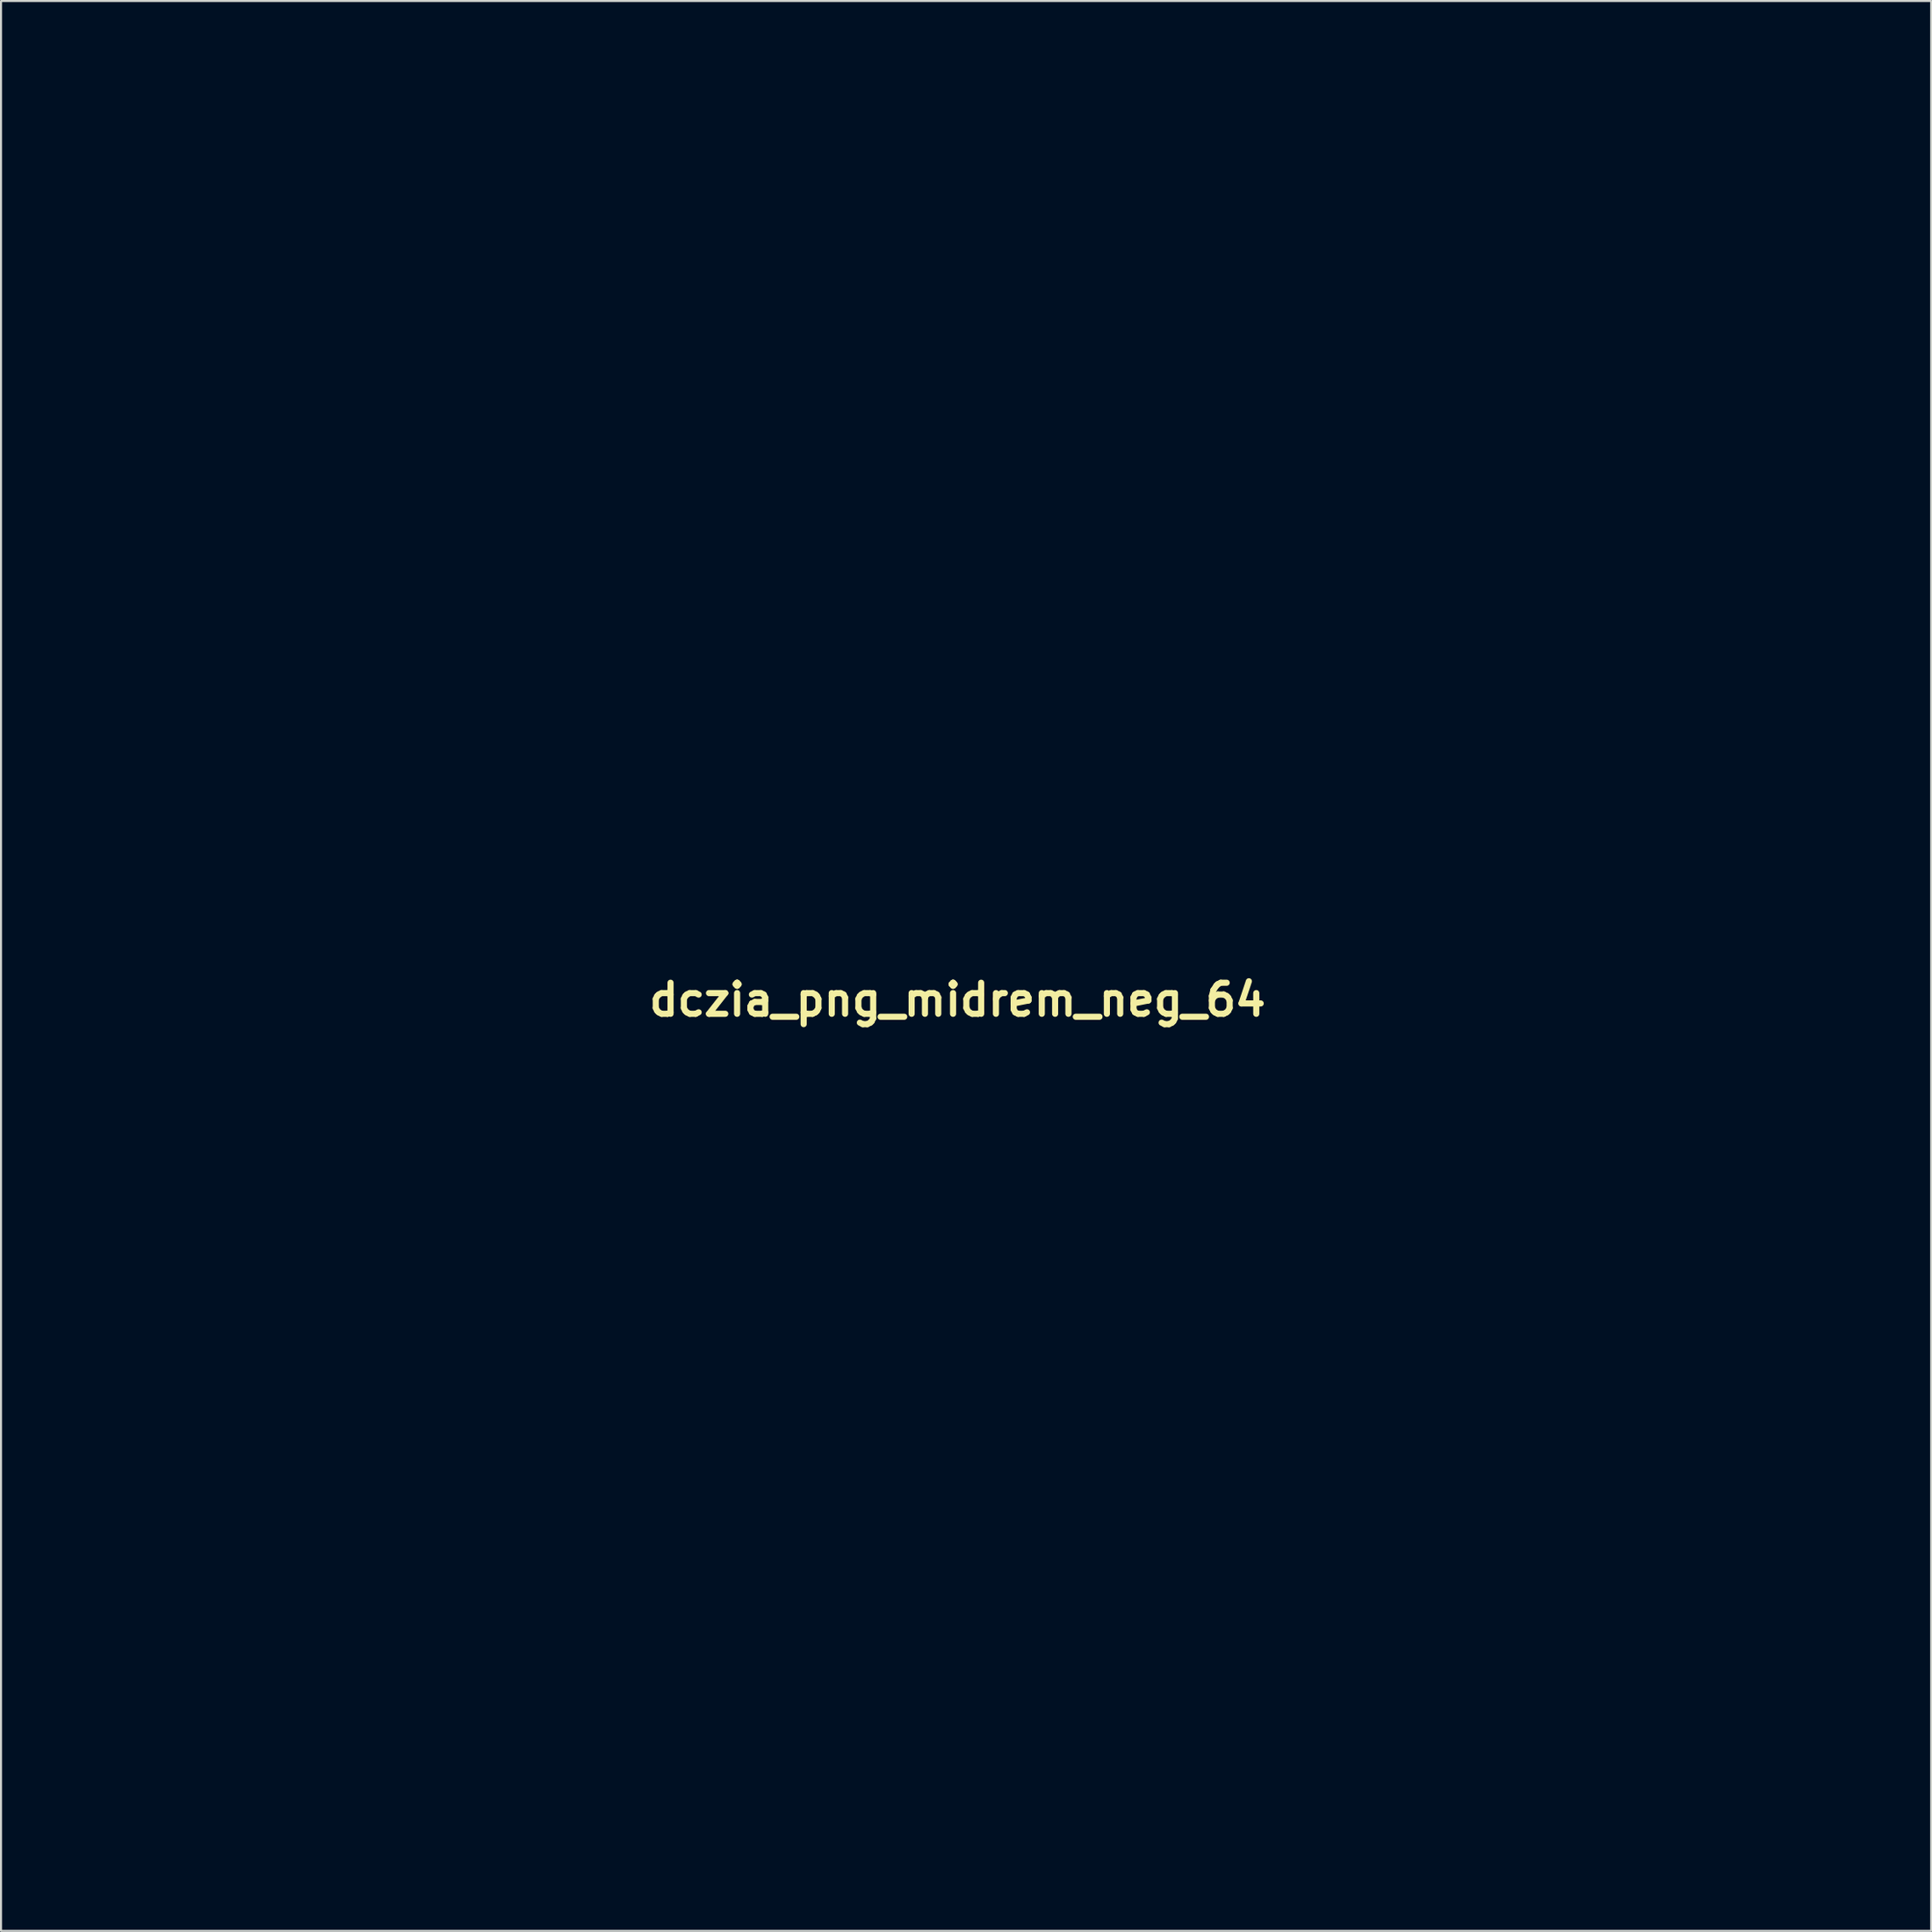
<source format=kicad_pcb>
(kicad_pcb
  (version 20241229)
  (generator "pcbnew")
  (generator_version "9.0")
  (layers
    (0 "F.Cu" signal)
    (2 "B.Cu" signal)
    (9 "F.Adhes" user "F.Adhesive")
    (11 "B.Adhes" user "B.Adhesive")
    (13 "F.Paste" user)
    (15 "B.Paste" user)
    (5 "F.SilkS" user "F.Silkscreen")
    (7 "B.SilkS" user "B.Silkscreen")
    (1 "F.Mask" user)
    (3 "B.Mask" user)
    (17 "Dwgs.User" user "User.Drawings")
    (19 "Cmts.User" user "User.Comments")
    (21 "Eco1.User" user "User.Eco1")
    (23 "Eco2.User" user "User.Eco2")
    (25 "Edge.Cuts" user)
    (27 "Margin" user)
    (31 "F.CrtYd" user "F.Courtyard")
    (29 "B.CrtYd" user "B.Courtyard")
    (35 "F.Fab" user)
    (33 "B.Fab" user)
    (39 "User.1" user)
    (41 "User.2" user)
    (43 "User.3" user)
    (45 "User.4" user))
  (footprint "dczia_png_midrem_neg_64"
    (layer "F.Cu")
    (at 43.929 46.002)
    (property "Reference" "dczia_png_midrem_neg_64" (at 0 0 0) (layer "F.SilkS") (effects (font (size 1.524 1.524) (thickness 0.3))))
    (attr through_hole)
    (fp_poly (pts (xy -10.1 -8.65) (xy -10.15 -8.6) (xy -10.2 -8.65) (xy -10.15 -8.7) (xy -10.1 -8.65)) (stroke (width 0.01) (type solid)) (fill no) (layer "Eco1.User"))
    (fp_poly (pts (xy 7.216 -12.731) (xy 7.3 -12.65) (xy 7.388 -12.523) (xy 7.33 -12.532) (xy 7.156 -12.653) (xy 7.047 -12.762) (xy 7.069 -12.8) (xy 7.216 -12.731)) (stroke (width 0.01) (type solid)) (fill no) (layer "Eco1.User"))
    (fp_poly (pts (xy 10.385 -9.66) (xy 10.491 -9.567) (xy 10.5 -9.544) (xy 10.453 -9.503) (xy 10.354 -9.595) (xy 10.34 -9.615) (xy 10.329 -9.684) (xy 10.385 -9.66)) (stroke (width 0.01) (type solid)) (fill no) (layer "Eco1.User"))
    (fp_poly (pts (xy -9.931 -8.935) (xy -9.95 -8.9) (xy -10.044 -8.805) (xy -10.062 -8.8) (xy -10.069 -8.865) (xy -10.05 -8.9) (xy -9.956 -8.996) (xy -9.938 -9) (xy -9.931 -8.935)) (stroke (width 0.01) (type solid)) (fill no) (layer "Eco1.User"))
    (fp_poly (pts (xy -9.631 -9.347) (xy -9.687 -9.275) (xy -9.833 -9.12) (xy -9.898 -9.12) (xy -9.9 -9.138) (xy -9.832 -9.221) (xy -9.725 -9.313) (xy -9.607 -9.399) (xy -9.631 -9.347)) (stroke (width 0.01) (type solid)) (fill no) (layer "Eco1.User"))
    (fp_poly (pts (xy -9.331 -9.747) (xy -9.387 -9.675) (xy -9.533 -9.52) (xy -9.598 -9.52) (xy -9.6 -9.538) (xy -9.532 -9.621) (xy -9.425 -9.713) (xy -9.307 -9.799) (xy -9.331 -9.747)) (stroke (width 0.01) (type solid)) (fill no) (layer "Eco1.User"))
    (fp_poly (pts (xy 9.853 -10.269) (xy 9.925 -10.213) (xy 10.08 -10.067) (xy 10.08 -10.002) (xy 10.062 -10) (xy 9.979 -10.068) (xy 9.887 -10.175) (xy 9.801 -10.293) (xy 9.853 -10.269)) (stroke (width 0.01) (type solid)) (fill no) (layer "Eco1.User"))
    (fp_poly (pts (xy -2.421 -45.982) (xy -2.127 -45.818) (xy -2.093 -45.782) (xy -1.945 -45.631) (xy -1.853 -45.627) (xy -1.777 -45.718) (xy -1.682 -45.821) (xy -1.571 -45.81) (xy -1.384 -45.689) (xy -1.134 -45.468) (xy -0.896 -45.195) (xy -0.879 -45.171) (xy -0.65 -44.85) (xy -0.55 -17.15) (xy 1.317 -17.15) (xy 1.334 -30.75) (xy 1.336 -32.673) (xy 1.338 -34.406) (xy 1.341 -35.959) (xy 1.344 -37.343) (xy 1.347 -38.569) (xy 1.351 -39.645) (xy 1.355 -40.583) (xy 1.361 -41.393) (xy 1.367 -42.085) (xy 1.375 -42.67) (xy 1.384 -43.157) (xy 1.395 -43.557) (xy 1.407 -43.88) (xy 1.422 -44.137) (xy 1.438 -44.337) (xy 1.456 -44.491) (xy 1.477 -44.61) (xy 1.501 -44.703) (xy 1.527 -44.78) (xy 1.55 -44.839) (xy 1.845 -45.341) (xy 2.253 -45.719) (xy 2.734 -45.94) (xy 2.901 -45.973) (xy 3.189 -45.993) (xy 3.366 -45.939) (xy 3.509 -45.79) (xy 3.658 -45.631) (xy 3.791 -45.621) (xy 3.898 -45.677) (xy 4.115 -45.748) (xy 4.333 -45.671) (xy 4.577 -45.432) (xy 4.757 -45.19) (xy 5.05 -44.767) (xy 5.15 -16.355) (xy 5.45 -16.266) (xy 5.707 -16.179) (xy 6.06 -16.049) (xy 6.338 -15.94) (xy 6.656 -15.825) (xy 6.902 -15.76) (xy 7.013 -15.758) (xy 7.025 -15.863) (xy 7.036 -16.157) (xy 7.047 -16.625) (xy 7.057 -17.256) (xy 7.067 -18.038) (xy 7.075 -18.958) (xy 7.082 -20.003) (xy 7.089 -21.162) (xy 7.094 -22.421) (xy 7.097 -23.769) (xy 7.099 -25.193) (xy 7.1 -26.515) (xy 7.1 -37.217) (xy 7.416 -37.658) (xy 7.64 -37.939) (xy 7.859 -38.167) (xy 7.955 -38.244) (xy 8.152 -38.331) (xy 8.429 -38.407) (xy 8.729 -38.462) (xy 8.993 -38.487) (xy 9.162 -38.473) (xy 9.193 -38.438) (xy 9.184 -38.221) (xy 9.289 -38.131) (xy 9.541 -38.14) (xy 9.586 -38.148) (xy 9.831 -38.174) (xy 9.998 -38.125) (xy 10.163 -37.964) (xy 10.268 -37.832) (xy 10.467 -37.498) (xy 10.633 -37.094) (xy 10.682 -36.917) (xy 10.701 -36.772) (xy 10.719 -36.516) (xy 10.734 -36.141) (xy 10.748 -35.641) (xy 10.76 -35.008) (xy 10.77 -34.233) (xy 10.779 -33.31) (xy 10.786 -32.23) (xy 10.791 -30.987) (xy 10.796 -29.571) (xy 10.798 -27.977) (xy 10.8 -26.195) (xy 10.8 -24.803) (xy 10.8 -23.036) (xy 10.8 -21.457) (xy 10.801 -20.057) (xy 10.803 -18.824) (xy 10.805 -17.747) (xy 10.808 -16.815) (xy 10.813 -16.018) (xy 10.819 -15.344) (xy 10.826 -14.783) (xy 10.835 -14.323) (xy 10.846 -13.954) (xy 10.859 -13.664) (xy 10.874 -13.444) (xy 10.891 -13.281) (xy 10.911 -13.165) (xy 10.934 -13.085) (xy 10.96 -13.03) (xy 10.988 -12.99) (xy 11.177 -12.757) (xy 10.677 -12.182) (xy 10.332 -11.794) (xy 10.079 -11.548) (xy 9.881 -11.433) (xy 9.701 -11.439) (xy 9.501 -11.555) (xy 9.249 -11.769) (xy 8.582 -12.301) (xy 7.765 -12.854) (xy 6.845 -13.398) (xy 6.45 -13.611) (xy 4.991 -14.267) (xy 3.49 -14.731) (xy 1.962 -15.005) (xy 0.418 -15.091) (xy -1.127 -14.989) (xy -2.66 -14.701) (xy -4.169 -14.228) (xy -5.641 -13.572) (xy -7.061 -12.734) (xy -7.786 -12.218) (xy -8.521 -11.662) (xy -10 -13.175) (xy -9.999 -24.862) (xy -9.999 -26.703) (xy -9.999 -28.354) (xy -9.998 -29.827) (xy -9.996 -31.132) (xy -9.992 -32.28) (xy -9.986 -33.282) (xy -9.977 -34.148) (xy -9.965 -34.89) (xy -9.948 -35.518) (xy -9.927 -36.042) (xy -9.901 -36.475) (xy -9.869 -36.825) (xy -9.831 -37.105) (xy -9.785 -37.325) (xy -9.733 -37.495) (xy -9.672 -37.627) (xy -9.603 -37.731) (xy -9.525 -37.818) (xy -9.437 -37.899) (xy -9.338 -37.984) (xy -9.306 -38.012) (xy -8.959 -38.266) (xy -8.601 -38.431) (xy -8.274 -38.501) (xy -8.019 -38.467) (xy -7.877 -38.32) (xy -7.871 -38.3) (xy -7.761 -38.159) (xy -7.582 -38.096) (xy -7.424 -38.132) (xy -7.383 -38.188) (xy -7.28 -38.243) (xy -7.097 -38.169) (xy -6.879 -37.994) (xy -6.67 -37.747) (xy -6.65 -37.718) (xy -6.578 -37.6) (xy -6.514 -37.467) (xy -6.458 -37.309) (xy -6.408 -37.113) (xy -6.365 -36.869) (xy -6.328 -36.564) (xy -6.297 -36.187) (xy -6.272 -35.727) (xy -6.251 -35.173) (xy -6.235 -34.511) (xy -6.223 -33.733) (xy -6.215 -32.825) (xy -6.21 -31.776) (xy -6.207 -30.575) (xy -6.208 -29.21) (xy -6.21 -27.671) (xy -6.214 -25.944) (xy -6.215 -25.648) (xy -6.218 -24.264) (xy -6.219 -22.936) (xy -6.219 -21.677) (xy -6.218 -20.501) (xy -6.215 -19.423) (xy -6.211 -18.456) (xy -6.206 -17.613) (xy -6.199 -16.909) (xy -6.192 -16.356) (xy -6.184 -15.97) (xy -6.174 -15.763) (xy -6.169 -15.731) (xy -6.059 -15.695) (xy -5.824 -15.766) (xy -5.524 -15.906) (xy -5.201 -16.059) (xy -4.935 -16.165) (xy -4.797 -16.199) (xy -4.603 -16.254) (xy -4.422 -16.356) (xy -4.2 -16.511) (xy -4.2 -44.87) (xy -3.912 -45.268) (xy -3.573 -45.629) (xy -3.185 -45.876) (xy -2.788 -45.997) (xy -2.421 -45.982)) (stroke (width 0.01) (type solid)) (fill no) (layer "Eco1.User"))
    (fp_poly (pts (xy 1.18 -13.235) (xy 1.704 -13.223) (xy 2.115 -13.201) (xy 2.458 -13.163) (xy 2.776 -13.105) (xy 3.113 -13.024) (xy 3.302 -12.973) (xy 4.782 -12.473) (xy 6.151 -11.814) (xy 7.398 -11.002) (xy 8.514 -10.044) (xy 8.624 -9.934) (xy 9.533 -8.925) (xy 10.286 -7.883) (xy 10.916 -6.755) (xy 11.458 -5.488) (xy 11.471 -5.453) (xy 11.606 -5.109) (xy 11.704 -4.89) (xy 11.756 -4.819) (xy 11.756 -4.85) (xy 12.7 -4.85) (xy 12.75 -4.8) (xy 12.8 -4.85) (xy 12.75 -4.9) (xy 12.7 -4.85) (xy 11.756 -4.85) (xy 11.757 -4.875) (xy 11.705 -5.2) (xy 12.144 -5.2) (xy 12.441 -5.173) (xy 12.615 -5.101) (xy 12.634 -5.075) (xy 12.679 -5.029) (xy 12.692 -5.109) (xy 12.665 -5.271) (xy 12.587 -5.569) (xy 12.471 -5.949) (xy 12.415 -6.12) (xy 12.131 -6.972) (xy 12.361 -7.112) (xy 12.591 -7.251) (xy 12.262 -7.904) (xy 11.501 -9.225) (xy 10.767 -10.224) (xy 10.542 -10.505) (xy 10.376 -10.722) (xy 10.301 -10.832) (xy 10.3 -10.836) (xy 10.37 -10.915) (xy 10.557 -11.096) (xy 10.83 -11.349) (xy 11.036 -11.534) (xy 11.38 -11.836) (xy 11.617 -12.023) (xy 11.784 -12.115) (xy 11.922 -12.133) (xy 12.061 -12.102) (xy 12.271 -12.036) (xy 12.459 -11.977) (xy 12.641 -11.926) (xy 12.829 -11.881) (xy 13.035 -11.843) (xy 13.273 -11.81) (xy 13.557 -11.783) (xy 13.898 -11.76) (xy 14.312 -11.742) (xy 14.809 -11.728) (xy 15.404 -11.717) (xy 16.11 -11.709) (xy 16.939 -11.704) (xy 17.905 -11.7) (xy 19.021 -11.698) (xy 20.301 -11.697) (xy 21.756 -11.696) (xy 23.086 -11.696) (xy 24.734 -11.694) (xy 26.271 -11.69) (xy 27.687 -11.684) (xy 28.974 -11.677) (xy 30.121 -11.667) (xy 31.118 -11.656) (xy 31.958 -11.644) (xy 32.63 -11.63) (xy 33.124 -11.614) (xy 33.431 -11.598) (xy 33.5 -11.591) (xy 34.132 -11.507) (xy 34.6 -11.451) (xy 34.94 -11.423) (xy 35.185 -11.423) (xy 35.371 -11.451) (xy 35.531 -11.506) (xy 35.702 -11.589) (xy 35.707 -11.592) (xy 35.968 -11.719) (xy 36.142 -11.755) (xy 36.316 -11.705) (xy 36.467 -11.629) (xy 36.732 -11.444) (xy 36.927 -11.228) (xy 36.943 -11.2) (xy 37.181 -10.604) (xy 37.234 -10.066) (xy 37.096 -9.563) (xy 36.766 -9.069) (xy 36.587 -8.878) (xy 36.11 -8.4) (xy 25.255 -8.4) (xy 23.8 -8.4) (xy 22.402 -8.398) (xy 21.074 -8.396) (xy 19.829 -8.393) (xy 18.68 -8.389) (xy 17.64 -8.385) (xy 16.721 -8.38) (xy 15.937 -8.375) (xy 15.3 -8.369) (xy 14.823 -8.362) (xy 14.519 -8.356) (xy 14.401 -8.349) (xy 14.4 -8.348) (xy 14.435 -8.236) (xy 14.526 -7.992) (xy 14.65 -7.681) (xy 14.779 -7.337) (xy 14.87 -7.048) (xy 14.9 -6.89) (xy 14.967 -6.679) (xy 15.057 -6.557) (xy 15.097 -6.532) (xy 15.172 -6.51) (xy 15.292 -6.49) (xy 15.469 -6.472) (xy 15.713 -6.458) (xy 16.037 -6.445) (xy 16.451 -6.434) (xy 16.966 -6.425) (xy 17.594 -6.418) (xy 18.345 -6.412) (xy 19.231 -6.407) (xy 20.263 -6.404) (xy 21.453 -6.402) (xy 22.81 -6.4) (xy 24.347 -6.399) (xy 25.782 -6.399) (xy 27.486 -6.398) (xy 29.001 -6.397) (xy 30.34 -6.396) (xy 31.513 -6.393) (xy 32.532 -6.389) (xy 33.409 -6.384) (xy 34.155 -6.378) (xy 34.782 -6.37) (xy 35.301 -6.36) (xy 35.723 -6.348) (xy 36.061 -6.334) (xy 36.326 -6.318) (xy 36.529 -6.3) (xy 36.682 -6.279) (xy 36.797 -6.255) (xy 36.85 -6.24) (xy 37.151 -6.172) (xy 37.604 -6.114) (xy 38.222 -6.064) (xy 39.018 -6.022) (xy 39.5 -6.003) (xy 40.161 -5.974) (xy 40.777 -5.938) (xy 41.311 -5.897) (xy 41.727 -5.856) (xy 41.99 -5.816) (xy 42.032 -5.805) (xy 42.559 -5.741) (xy 43.094 -5.873) (xy 43.374 -6.018) (xy 43.593 -6.141) (xy 43.737 -6.158) (xy 43.902 -6.069) (xy 43.986 -6.01) (xy 44.4 -5.607) (xy 44.662 -5.119) (xy 44.768 -4.587) (xy 44.713 -4.052) (xy 44.492 -3.554) (xy 44.291 -3.303) (xy 44 -3.043) (xy 43.719 -2.905) (xy 43.429 -2.847) (xy 43.272 -2.839) (xy 42.928 -2.832) (xy 42.407 -2.825) (xy 41.723 -2.817) (xy 40.887 -2.81) (xy 39.911 -2.803) (xy 38.807 -2.797) (xy 37.588 -2.791) (xy 36.265 -2.785) (xy 34.851 -2.78) (xy 33.357 -2.776) (xy 31.795 -2.772) (xy 30.179 -2.769) (xy 29.4 -2.768) (xy 15.85 -2.75) (xy 15.829 -2.1) (xy 15.811 -1.714) (xy 15.783 -1.372) (xy 15.758 -1.184) (xy 15.765 -0.941) (xy 15.836 -0.811) (xy 15.938 -0.795) (xy 16.205 -0.779) (xy 16.639 -0.764) (xy 17.244 -0.751) (xy 18.022 -0.738) (xy 18.977 -0.727) (xy 20.112 -0.717) (xy 21.429 -0.708) (xy 22.933 -0.699) (xy 24.626 -0.692) (xy 26.511 -0.686) (xy 28.591 -0.68) (xy 29.757 -0.678) (xy 43.55 -0.65) (xy 43.922 -0.417) (xy 44.358 -0.052) (xy 44.626 0.402) (xy 44.738 0.968) (xy 44.742 1.177) (xy 44.707 1.625) (xy 44.592 1.973) (xy 44.364 2.283) (xy 43.991 2.618) (xy 43.646 2.898) (xy 29.409 2.924) (xy 27.42 2.928) (xy 25.622 2.932) (xy 24.006 2.936) (xy 22.561 2.94) (xy 21.278 2.945) (xy 20.148 2.95) (xy 19.162 2.956) (xy 18.31 2.963) (xy 17.583 2.971) (xy 16.971 2.98) (xy 16.464 2.99) (xy 16.054 3.001) (xy 15.731 3.013) (xy 15.486 3.027) (xy 15.309 3.042) (xy 15.191 3.06) (xy 15.122 3.079) (xy 15.092 3.1) (xy 15.092 3.1) (xy 14.915 3.46) (xy 14.742 3.852) (xy 14.594 4.228) (xy 14.487 4.542) (xy 14.44 4.745) (xy 14.445 4.792) (xy 14.528 4.811) (xy 14.758 4.828) (xy 15.138 4.843) (xy 15.674 4.856) (xy 16.372 4.867) (xy 17.236 4.877) (xy 18.272 4.885) (xy 19.485 4.891) (xy 20.88 4.896) (xy 22.462 4.898) (xy 24.237 4.9) (xy 25.1 4.9) (xy 26.567 4.901) (xy 27.971 4.903) (xy 29.299 4.907) (xy 30.537 4.912) (xy 31.675 4.918) (xy 32.698 4.926) (xy 33.595 4.934) (xy 34.352 4.944) (xy 34.958 4.954) (xy 35.4 4.965) (xy 35.665 4.977) (xy 35.742 4.987) (xy 35.871 5.069) (xy 36.077 5.13) (xy 36.41 5.284) (xy 36.734 5.58) (xy 37.001 5.965) (xy 37.155 6.349) (xy 37.218 6.944) (xy 37.099 7.483) (xy 36.804 7.944) (xy 36.779 7.971) (xy 36.692 8.064) (xy 36.613 8.147) (xy 36.532 8.221) (xy 36.437 8.286) (xy 36.318 8.344) (xy 36.164 8.394) (xy 35.964 8.437) (xy 35.707 8.474) (xy 35.383 8.505) (xy 34.981 8.53) (xy 34.49 8.55) (xy 33.899 8.566) (xy 33.198 8.579) (xy 32.375 8.588) (xy 31.42 8.594) (xy 30.322 8.597) (xy 29.07 8.599) (xy 27.654 8.6) (xy 26.063 8.6) (xy 24.286 8.6) (xy 23.727 8.6) (xy 11.889 8.6) (xy 11.289 9.25) (xy 10.57 8.466) (xy 9.85 7.682) (xy 9.606 7.943) (xy 9.362 8.203) (xy 9.756 8.621) (xy 10.049 8.928) (xy 10.35 9.239) (xy 10.477 9.37) (xy 10.805 9.701) (xy 10.777 21.78) (xy 10.75 33.858) (xy 10.423 34.271) (xy 10.008 34.671) (xy 9.51 34.956) (xy 8.992 35.093) (xy 8.852 35.1) (xy 8.41 35.016) (xy 7.952 34.788) (xy 7.546 34.457) (xy 7.4 34.285) (xy 7.15 33.95) (xy 7.124 23.125) (xy 7.119 21.351) (xy 7.114 19.769) (xy 7.108 18.367) (xy 7.101 17.138) (xy 7.094 16.073) (xy 7.085 15.161) (xy 7.076 14.394) (xy 7.065 13.762) (xy 7.053 13.257) (xy 7.039 12.869) (xy 7.023 12.589) (xy 7.006 12.408) (xy 6.987 12.316) (xy 6.974 12.3) (xy 6.812 12.34) (xy 6.555 12.441) (xy 6.45 12.489) (xy 6.085 12.643) (xy 5.685 12.787) (xy 5.6 12.814) (xy 5.15 12.95) (xy 5.05 41.35) (xy 4.823 41.714) (xy 4.592 42.013) (xy 4.3 42.302) (xy 4.223 42.364) (xy 3.966 42.534) (xy 3.712 42.62) (xy 3.373 42.648) (xy 3.246 42.65) (xy 2.877 42.636) (xy 2.616 42.573) (xy 2.375 42.434) (xy 2.229 42.323) (xy 1.927 42.023) (xy 1.658 41.658) (xy 1.583 41.523) (xy 1.35 41.05) (xy 1.298 13.65) (xy -0.471 13.713) (xy -0.538 14.984) (xy -0.546 15.245) (xy -0.554 15.692) (xy -0.562 16.313) (xy -0.569 17.092) (xy -0.575 18.016) (xy -0.581 19.072) (xy -0.586 20.246) (xy -0.59 21.525) (xy -0.593 22.894) (xy -0.596 24.34) (xy -0.597 25.85) (xy -0.598 27.409) (xy -0.597 28.738) (xy -0.59 41.221) (xy -0.832 41.685) (xy -1.148 42.107) (xy -1.577 42.427) (xy -2.068 42.625) (xy -2.573 42.68) (xy -2.987 42.592) (xy -3.393 42.364) (xy -3.755 42.044) (xy -4.014 41.691) (xy -4.083 41.531) (xy -4.101 41.421) (xy -4.117 41.207) (xy -4.132 40.881) (xy -4.146 40.436) (xy -4.158 39.864) (xy -4.169 39.159) (xy -4.179 38.314) (xy -4.188 37.322) (xy -4.196 36.175) (xy -4.203 34.866) (xy -4.21 33.388) (xy -4.215 31.734) (xy -4.22 29.897) (xy -4.224 27.87) (xy -4.226 27.05) (xy -4.25 12.95) (xy -4.7 12.813) (xy -5.017 12.706) (xy -5.372 12.563) (xy -5.82 12.362) (xy -6.125 12.219) (xy -6.135 12.312) (xy -6.145 12.592) (xy -6.154 13.046) (xy -6.163 13.661) (xy -6.171 14.424) (xy -6.178 15.323) (xy -6.184 16.343) (xy -6.19 17.473) (xy -6.194 18.7) (xy -6.197 20.009) (xy -6.199 21.389) (xy -6.2 22.755) (xy -6.201 24.555) (xy -6.202 26.164) (xy -6.205 27.591) (xy -6.21 28.843) (xy -6.216 29.931) (xy -6.224 30.863) (xy -6.233 31.648) (xy -6.244 32.294) (xy -6.257 32.81) (xy -6.272 33.205) (xy -6.289 33.488) (xy -6.308 33.667) (xy -6.321 33.732) (xy -6.577 34.258) (xy -6.975 34.672) (xy -7.478 34.952) (xy -8.05 35.073) (xy -8.451 35.055) (xy -8.93 34.888) (xy -9.355 34.56) (xy -9.686 34.111) (xy -9.88 33.604) (xy -9.9 33.465) (xy -9.917 33.222) (xy -9.933 32.866) (xy -9.947 32.391) (xy -9.959 31.787) (xy -9.969 31.047) (xy -9.978 30.163) (xy -9.985 29.127) (xy -9.99 27.931) (xy -9.995 26.567) (xy -9.998 25.027) (xy -9.999 23.303) (xy -10 21.387) (xy -10 11.243) (xy -3.076 11.243) (xy -3.014 11.29) (xy -2.815 11.37) (xy -2.536 11.464) (xy -2.234 11.553) (xy -1.966 11.619) (xy -1.9 11.631) (xy -1.561 11.679) (xy -1.366 11.678) (xy -1.263 11.63) (xy -1.262 11.629) (xy -1.322 11.581) (xy -1.539 11.511) (xy -1.877 11.43) (xy -2.115 11.382) (xy -2.519 11.309) (xy -2.841 11.259) (xy -3.038 11.239) (xy -3.076 11.243) (xy -10 11.243) (xy -10 11.15) (xy -3.3 11.15) (xy -3.25 11.2) (xy -3.2 11.15) (xy -3.25 11.1) (xy -3.3 11.15) (xy -10 11.15) (xy -10 9.75) (xy -6.5 9.75) (xy -6.45 9.8) (xy -6.4 9.75) (xy -6.45 9.7) (xy -6.5 9.75) (xy -10 9.75) (xy -10 9.65) (xy -6.7 9.65) (xy -6.65 9.7) (xy -6.6 9.65) (xy -6.65 9.6) (xy -6.7 9.65) (xy -10 9.65) (xy -10 9.617) (xy -10.55 9.202) (xy -10.266 8.942) (xy -7.739 8.942) (xy -7.621 9.086) (xy -7.392 9.267) (xy -7.264 9.35) (xy -6.968 9.52) (xy -6.81 9.594) (xy -6.802 9.567) (xy -6.855 9.518) (xy -7.158 9.27) (xy -7.428 9.071) (xy -7.633 8.945) (xy -7.736 8.914) (xy -7.739 8.942) (xy -10.266 8.942) (xy -10.05 8.745) (xy -9.732 8.461) (xy -9.418 8.191) (xy -9.221 8.029) (xy -8.892 7.77) (xy -9.165 7.484) (xy -9.439 7.198) (xy -10.145 7.904) (xy -10.85 8.609) (xy -22.8 8.603) (xy -24.744 8.602) (xy -26.537 8.598) (xy -28.173 8.593) (xy -29.649 8.587) (xy -30.96 8.579) (xy -32.1 8.57) (xy -33.066 8.559) (xy -33.851 8.547) (xy -34.453 8.534) (xy -34.865 8.519) (xy -35.084 8.503) (xy -35.11 8.498) (xy -35.596 8.271) (xy -35.967 7.911) (xy -36.214 7.459) (xy -36.328 6.952) (xy -36.3 6.429) (xy -36.12 5.928) (xy -35.821 5.527) (xy -35.726 5.429) (xy -35.642 5.342) (xy -35.558 5.265) (xy -35.46 5.197) (xy -35.339 5.138) (xy -35.183 5.088) (xy -34.979 5.045) (xy -34.717 5.009) (xy -34.385 4.979) (xy -33.971 4.956) (xy -33.463 4.937) (xy -32.851 4.923) (xy -32.123 4.913) (xy -31.267 4.907) (xy -30.271 4.902) (xy -29.125 4.9) (xy -27.816 4.9) (xy -26.332 4.9) (xy -24.664 4.9) (xy -24.22 4.9) (xy -22.782 4.899) (xy -21.4 4.898) (xy -20.088 4.895) (xy -18.858 4.892) (xy -17.725 4.887) (xy -16.7 4.882) (xy -15.797 4.876) (xy -15.03 4.87) (xy -14.411 4.863) (xy -13.953 4.856) (xy -13.669 4.848) (xy -13.573 4.84) (xy -13.58 4.725) (xy -13.666 4.499) (xy -13.732 4.365) (xy -13.898 4.005) (xy -14.057 3.592) (xy -14.104 3.45) (xy -14.257 2.95) (xy -28.304 2.925) (xy -29.967 2.922) (xy -31.578 2.919) (xy -33.124 2.916) (xy -34.594 2.914) (xy -35.977 2.911) (xy -37.261 2.909) (xy -38.434 2.907) (xy -39.485 2.905) (xy -40.403 2.904) (xy -41.175 2.902) (xy -41.79 2.901) (xy -42.237 2.901) (xy -42.504 2.9) (xy -42.58 2.9) (xy -42.794 2.823) (xy -43.086 2.609) (xy -43.287 2.422) (xy -43.436 2.239) (xy -11.572 2.239) (xy -11.562 2.353) (xy -11.478 2.609) (xy -11.338 2.967) (xy -11.159 3.389) (xy -10.955 3.838) (xy -10.744 4.275) (xy -10.543 4.661) (xy -10.483 4.769) (xy -9.687 5.966) (xy -8.727 7.081) (xy -7.629 8.091) (xy -6.418 8.977) (xy -5.12 9.717) (xy -3.761 10.292) (xy -3.5 10.38) (xy -2.074 10.77) (xy -0.706 10.991) (xy 0.648 11.046) (xy 2.034 10.937) (xy 2.946 10.785) (xy 4.432 10.393) (xy 5.855 9.824) (xy 7.195 9.092) (xy 8.435 8.21) (xy 9.558 7.191) (xy 10.546 6.049) (xy 11.382 4.795) (xy 11.73 4.148) (xy 12.264 2.962) (xy 12.649 1.849) (xy 12.843 1.067) (xy 12.925 0.645) (xy 12.973 0.345) (xy 12.986 0.183) (xy 12.964 0.174) (xy 12.906 0.337) (xy 12.861 0.5) (xy 12.777 0.775) (xy 12.675 0.912) (xy 12.493 0.965) (xy 12.322 0.981) (xy 11.902 1.011) (xy 11.955 0.531) (xy 11.968 0.354) (xy 11.946 0.344) (xy 11.888 0.511) (xy 11.788 0.863) (xy 11.764 0.95) (xy 11.319 2.329) (xy 10.756 3.573) (xy 10.053 4.721) (xy 9.187 5.816) (xy 8.763 6.277) (xy 7.644 7.317) (xy 6.46 8.171) (xy 5.205 8.841) (xy 3.872 9.33) (xy 2.453 9.641) (xy 0.942 9.776) (xy -0.092 9.771) (xy -1.406 9.662) (xy -2.602 9.436) (xy -3.73 9.077) (xy -4.845 8.571) (xy -5.245 8.355) (xy -6.395 7.601) (xy -7.475 6.683) (xy -8.456 5.631) (xy -9.314 4.478) (xy -10.021 3.253) (xy -10.45 2.273) (xy -10.558 2.011) (xy -10.642 1.857) (xy -10.67 1.837) (xy -10.656 1.943) (xy -10.582 2.187) (xy -10.462 2.521) (xy -10.426 2.614) (xy -10.141 3.35) (xy -11.094 3.35) (xy -11.311 2.772) (xy -11.429 2.478) (xy -11.525 2.287) (xy -11.572 2.239) (xy -43.436 2.239) (xy -43.669 1.95) (xy -11.7 1.95) (xy -11.65 2) (xy -11.6 1.95) (xy -11.65 1.9) (xy -11.7 1.95) (xy -43.669 1.95) (xy -43.699 1.913) (xy -43.808 1.65) (xy -11.8 1.65) (xy -11.75 1.7) (xy -11.7 1.65) (xy -11.75 1.6) (xy -11.8 1.65) (xy -43.808 1.65) (xy -43.853 1.542) (xy -10.792 1.542) (xy -10.774 1.671) (xy -10.74 1.673) (xy -10.716 1.539) (xy -10.732 1.481) (xy -10.776 1.443) (xy -10.792 1.542) (xy -43.853 1.542) (xy -43.911 1.403) (xy -43.916 1.2) (xy -10.9 1.2) (xy -10.863 1.282) (xy -10.833 1.267) (xy -10.821 1.148) (xy -10.833 1.133) (xy -10.893 1.147) (xy -10.9 1.2) (xy -43.916 1.2) (xy -43.924 0.888) (xy -43.739 0.363) (xy -43.518 0.02) (xy -43.23 -0.294) (xy -42.9 -0.492) (xy -42.502 -0.612) (xy -42.361 -0.622) (xy -42.032 -0.632) (xy -41.526 -0.642) (xy -40.857 -0.651) (xy -40.035 -0.659) (xy -39.073 -0.668) (xy -37.983 -0.675) (xy -36.777 -0.682) (xy -35.467 -0.689) (xy -34.065 -0.694) (xy -32.582 -0.699) (xy -31.031 -0.702) (xy -29.423 -0.705) (xy -28.75 -0.706) (xy -27.126 -0.708) (xy -25.556 -0.711) (xy -24.051 -0.714) (xy -22.624 -0.719) (xy -21.285 -0.725) (xy -20.047 -0.731) (xy -18.921 -0.738) (xy -17.919 -0.745) (xy -17.054 -0.753) (xy -16.336 -0.761) (xy -15.778 -0.769) (xy -15.391 -0.778) (xy -15.188 -0.787) (xy -15.159 -0.791) (xy -15.067 -0.848) (xy -15.011 -0.96) (xy -14.984 -1.169) (xy -14.976 -1.517) (xy -14.977 -1.746) (xy -14.994 -2.23) (xy -7.852 -2.23) (xy -7.813 -1.727) (xy -7.751 -1.371) (xy -7.367 0.092) (xy -6.85 1.409) (xy -6.202 2.58) (xy -5.423 3.602) (xy -4.516 4.472) (xy -3.481 5.19) (xy -3.031 5.434) (xy -2.533 5.657) (xy -1.952 5.872) (xy -1.329 6.069) (xy -0.706 6.237) (xy -0.124 6.364) (xy 0.374 6.442) (xy 0.748 6.458) (xy 0.862 6.442) (xy 1.022 6.414) (xy 1.3 6.373) (xy 1.462 6.351) (xy 2.357 6.2) (xy 3.084 6.006) (xy 3.67 5.76) (xy 3.918 5.616) (xy 5.069 4.766) (xy 6.184 3.725) (xy 6.702 3.16) (xy 7.12 2.662) (xy 7.435 2.223) (xy 7.673 1.789) (xy 7.861 1.306) (xy 8.023 0.72) (xy 8.15 0.15) (xy 8.219 -0.3) (xy 12.016 -0.3) (xy 12.032 -0.158) (xy 12.066 -0.175) (xy 12.079 -0.38) (xy 12.066 -0.425) (xy 12.03 -0.438) (xy 12.016 -0.3) (xy 8.219 -0.3) (xy 8.233 -0.39) (xy 8.29 -1.058) (xy 8.319 -1.799) (xy 8.322 -2.556) (xy 8.297 -3.275) (xy 8.247 -3.858) (xy 11.908 -3.858) (xy 11.926 -3.729) (xy 11.96 -3.727) (xy 11.984 -3.861) (xy 11.968 -3.919) (xy 11.924 -3.957) (xy 11.908 -3.858) (xy 8.247 -3.858) (xy 8.244 -3.898) (xy 8.179 -4.3) (xy 11.816 -4.3) (xy 11.832 -4.158) (xy 11.866 -4.175) (xy 11.879 -4.38) (xy 11.866 -4.425) (xy 11.83 -4.438) (xy 11.816 -4.3) (xy 8.179 -4.3) (xy 8.177 -4.315) (xy 7.942 -5.061) (xy 7.567 -5.786) (xy 7.034 -6.517) (xy 6.348 -7.262) (xy 5.983 -7.618) (xy 5.679 -7.893) (xy 5.389 -8.117) (xy 5.067 -8.324) (xy 4.668 -8.543) (xy 4.145 -8.808) (xy 3.99 -8.885) (xy 3.523 -9.104) (xy 7.45 -9.104) (xy 7.528 -8.912) (xy 7.73 -8.631) (xy 8.063 -8.244) (xy 8.408 -7.871) (xy 8.821 -7.439) (xy 9.123 -7.143) (xy 9.333 -6.966) (xy 9.471 -6.892) (xy 9.555 -6.904) (xy 9.556 -6.905) (xy 9.609 -6.996) (xy 9.58 -7.145) (xy 9.454 -7.393) (xy 9.32 -7.614) (xy 9.064 -7.982) (xy 8.754 -8.358) (xy 8.426 -8.708) (xy 8.11 -9) (xy 7.841 -9.203) (xy 7.651 -9.283) (xy 7.626 -9.281) (xy 7.485 -9.221) (xy 7.45 -9.104) (xy 3.523 -9.104) (xy 3.178 -9.266) (xy 2.475 -9.544) (xy 1.831 -9.732) (xy 1.193 -9.844) (xy 0.51 -9.894) (xy 0.117 -9.9) (xy -0.876 -9.828) (xy -1.888 -9.624) (xy -2.874 -9.305) (xy -3.787 -8.886) (xy -4.585 -8.384) (xy -5.041 -8.001) (xy -5.33 -7.73) (xy -5.564 -7.523) (xy -5.707 -7.411) (xy -5.731 -7.4) (xy -5.854 -7.345) (xy -6.067 -7.208) (xy -6.313 -7.03) (xy -6.536 -6.854) (xy -6.677 -6.723) (xy -6.7 -6.684) (xy -6.623 -6.582) (xy -6.501 -6.5) (xy -6.419 -6.445) (xy -6.385 -6.368) (xy -6.41 -6.234) (xy -6.501 -6.009) (xy -6.67 -5.661) (xy -6.804 -5.392) (xy -7.205 -4.562) (xy -7.502 -3.864) (xy -7.704 -3.265) (xy -7.818 -2.731) (xy -7.852 -2.23) (xy -14.994 -2.23) (xy -14.995 -2.244) (xy -15.038 -2.559) (xy -15.109 -2.705) (xy -15.116 -2.71) (xy -15.23 -2.72) (xy -15.532 -2.729) (xy -16.011 -2.738) (xy -16.656 -2.746) (xy -17.454 -2.754) (xy -18.394 -2.762) (xy -19.464 -2.769) (xy -20.653 -2.775) (xy -21.95 -2.78) (xy -23.342 -2.784) (xy -24.818 -2.788) (xy -26.367 -2.79) (xy -27.976 -2.792) (xy -28.92 -2.792) (xy -30.849 -2.792) (xy -32.588 -2.792) (xy -34.147 -2.793) (xy -35.536 -2.794) (xy -36.766 -2.796) (xy -37.847 -2.799) (xy -38.788 -2.803) (xy -39.601 -2.807) (xy -40.295 -2.813) (xy -40.88 -2.82) (xy -41.367 -2.829) (xy -41.765 -2.839) (xy -42.085 -2.851) (xy -42.337 -2.864) (xy -42.531 -2.88) (xy -42.678 -2.898) (xy -42.786 -2.919) (xy -42.867 -2.941) (xy -42.931 -2.967) (xy -42.972 -2.987) (xy -43.43 -3.32) (xy -43.738 -3.751) (xy -43.753 -3.8) (xy -11.1 -3.8) (xy -11.063 -3.718) (xy -11.033 -3.733) (xy -11.021 -3.852) (xy -11.033 -3.867) (xy -11.093 -3.853) (xy -11.1 -3.8) (xy -43.753 -3.8) (xy -43.894 -4.245) (xy -43.894 -4.258) (xy -10.992 -4.258) (xy -10.974 -4.129) (xy -10.94 -4.127) (xy -10.916 -4.261) (xy -10.932 -4.319) (xy -10.976 -4.357) (xy -10.992 -4.258) (xy -43.894 -4.258) (xy -43.898 -4.765) (xy -43.8 -5.1) (xy -11.8 -5.1) (xy -11.763 -5.018) (xy -11.733 -5.033) (xy -11.721 -5.152) (xy -11.733 -5.167) (xy -11.793 -5.153) (xy -11.8 -5.1) (xy -43.8 -5.1) (xy -43.749 -5.276) (xy -43.444 -5.742) (xy -43.08 -6.064) (xy -42.699 -6.249) (xy -42.227 -6.364) (xy -41.733 -6.404) (xy -41.283 -6.363) (xy -40.944 -6.237) (xy -40.821 -6.169) (xy -40.667 -6.12) (xy -40.452 -6.086) (xy -40.143 -6.065) (xy -39.709 -6.054) (xy -39.118 -6.05) (xy -38.854 -6.05) (xy -38.142 -6.054) (xy -37.6 -6.069) (xy -37.202 -6.095) (xy -36.919 -6.135) (xy -36.721 -6.191) (xy -36.7 -6.2) (xy -36.624 -6.224) (xy -36.504 -6.245) (xy -36.331 -6.265) (xy -36.093 -6.282) (xy -35.78 -6.298) (xy -35.38 -6.312) (xy -34.883 -6.324) (xy -34.277 -6.335) (xy -33.553 -6.346) (xy -32.698 -6.355) (xy -31.703 -6.364) (xy -30.556 -6.372) (xy -29.246 -6.38) (xy -27.763 -6.388) (xy -26.096 -6.396) (xy -25.3 -6.4) (xy -14.25 -6.45) (xy -14 -7.218) (xy -13.874 -7.586) (xy -13.763 -7.879) (xy -13.687 -8.044) (xy -13.675 -8.06) (xy -13.623 -8.113) (xy -13.588 -8.16) (xy -13.582 -8.202) (xy -13.615 -8.238) (xy -13.696 -8.27) (xy -13.838 -8.297) (xy -14.051 -8.321) (xy -14.345 -8.34) (xy -14.731 -8.356) (xy -15.22 -8.369) (xy -15.821 -8.379) (xy -16.547 -8.386) (xy -17.407 -8.392) (xy -18.412 -8.396) (xy -19.574 -8.398) (xy -20.901 -8.399) (xy -22.405 -8.4) (xy -24.098 -8.4) (xy -35.172 -8.4) (xy -35.634 -8.807) (xy -36.044 -9.283) (xy -36.28 -9.817) (xy -36.335 -10.378) (xy -36.206 -10.935) (xy -36.034 -11.261) (xy -35.8 -11.509) (xy -35.462 -11.747) (xy -35.108 -11.921) (xy -34.9 -11.976) (xy -34.411 -12.005) (xy -33.933 -11.985) (xy -33.534 -11.92) (xy -33.334 -11.849) (xy -33.185 -11.824) (xy -32.853 -11.8) (xy -32.354 -11.778) (xy -31.704 -11.759) (xy -30.921 -11.742) (xy -30.021 -11.727) (xy -29.02 -11.714) (xy -27.935 -11.703) (xy -26.783 -11.695) (xy -25.58 -11.689) (xy -24.342 -11.685) (xy -23.087 -11.683) (xy -21.831 -11.684) (xy -20.591 -11.687) (xy -19.382 -11.692) (xy -18.223 -11.699) (xy -17.128 -11.709) (xy -16.115 -11.721) (xy -15.2 -11.736) (xy -14.401 -11.752) (xy -13.733 -11.771) (xy -13.213 -11.793) (xy -12.857 -11.816) (xy -12.696 -11.839) (xy -12.263 -11.933) (xy -11.781 -12.017) (xy -11.562 -12.048) (xy -11.129 -12.131) (xy -10.836 -12.27) (xy -10.732 -12.359) (xy -10.557 -12.521) (xy -10.45 -12.599) (xy -10.445 -12.6) (xy -10.359 -12.534) (xy -10.166 -12.355) (xy -9.896 -12.095) (xy -9.695 -11.895) (xy -8.991 -11.19) (xy -9.459 -10.67) (xy -10.008 -10.009) (xy -10.545 -9.266) (xy -11.016 -8.521) (xy -11.258 -8.08) (xy -11.598 -7.41) (xy -11.378 -7.256) (xy -11.158 -7.102) (xy -11.438 -6.243) (xy -11.556 -5.859) (xy -11.638 -5.552) (xy -11.672 -5.367) (xy -11.668 -5.335) (xy -11.616 -5.384) (xy -11.557 -5.57) (xy -11.554 -5.584) (xy -11.495 -5.765) (xy -11.385 -5.86) (xy -11.161 -5.903) (xy -11.006 -5.916) (xy -10.524 -5.95) (xy -10.665 -5.5) (xy -10.788 -5.084) (xy -10.848 -4.833) (xy -10.848 -4.752) (xy -10.791 -4.848) (xy -10.679 -5.128) (xy -10.602 -5.344) (xy -10.367 -5.902) (xy -8.796 -5.902) (xy -8.779 -5.82) (xy -8.695 -5.864) (xy -8.671 -5.883) (xy -8.553 -6.017) (xy -8.355 -6.279) (xy -8.106 -6.631) (xy -7.855 -7) (xy -7.534 -7.463) (xy -7.187 -7.931) (xy -6.865 -8.339) (xy -6.679 -8.554) (xy -6.42 -8.842) (xy -6.281 -9.023) (xy -6.243 -9.135) (xy -6.289 -9.216) (xy -6.355 -9.269) (xy -6.636 -9.464) (xy -6.822 -9.53) (xy -6.969 -9.467) (xy -7.133 -9.276) (xy -7.133 -9.276) (xy -7.573 -8.644) (xy -7.977 -7.976) (xy -8.323 -7.318) (xy -8.586 -6.715) (xy -8.744 -6.21) (xy -8.757 -6.146) (xy -8.796 -5.902) (xy -10.367 -5.902) (xy -10.011 -6.75) (xy -9.258 -8.058) (xy -8.357 -9.253) (xy -7.322 -10.321) (xy -6.249 -11.181) (xy -2.645 -11.181) (xy -2.61 -10.94) (xy -2.59 -10.862) (xy -2.508 -10.618) (xy -2.409 -10.524) (xy -2.24 -10.533) (xy -2.217 -10.538) (xy -1.219 -10.696) (xy -0.152 -10.762) (xy 0.928 -10.739) (xy 1.968 -10.629) (xy 2.913 -10.434) (xy 3.45 -10.264) (xy 3.765 -10.161) (xy 3.95 -10.159) (xy 4.056 -10.271) (xy 4.119 -10.457) (xy 4.164 -10.703) (xy 4.157 -10.865) (xy 4.025 -10.976) (xy 3.725 -11.103) (xy 3.286 -11.236) (xy 2.738 -11.366) (xy 2.297 -11.451) (xy 1.791 -11.518) (xy 1.195 -11.563) (xy 0.543 -11.587) (xy -0.129 -11.591) (xy -0.788 -11.575) (xy -1.397 -11.541) (xy -1.922 -11.49) (xy -2.329 -11.422) (xy -2.581 -11.339) (xy -2.623 -11.311) (xy -2.645 -11.181) (xy -6.249 -11.181) (xy -6.166 -11.247) (xy -4.904 -12.016) (xy -3.849 -12.501) (xy -3.158 -12.76) (xy -2.539 -12.953) (xy -1.941 -13.089) (xy -1.312 -13.176) (xy -0.601 -13.223) (xy 0.243 -13.239) (xy 0.5 -13.239) (xy 1.18 -13.235)) (stroke (width 0.01) (type solid)) (fill no) (layer "Eco1.User")))
  (gr_rect
    (start -3 -3)
    (end 91.702 91.687)
    (stroke (width 0.1) (type default))
    (fill no)
    (layer "Edge.Cuts")))
</source>
